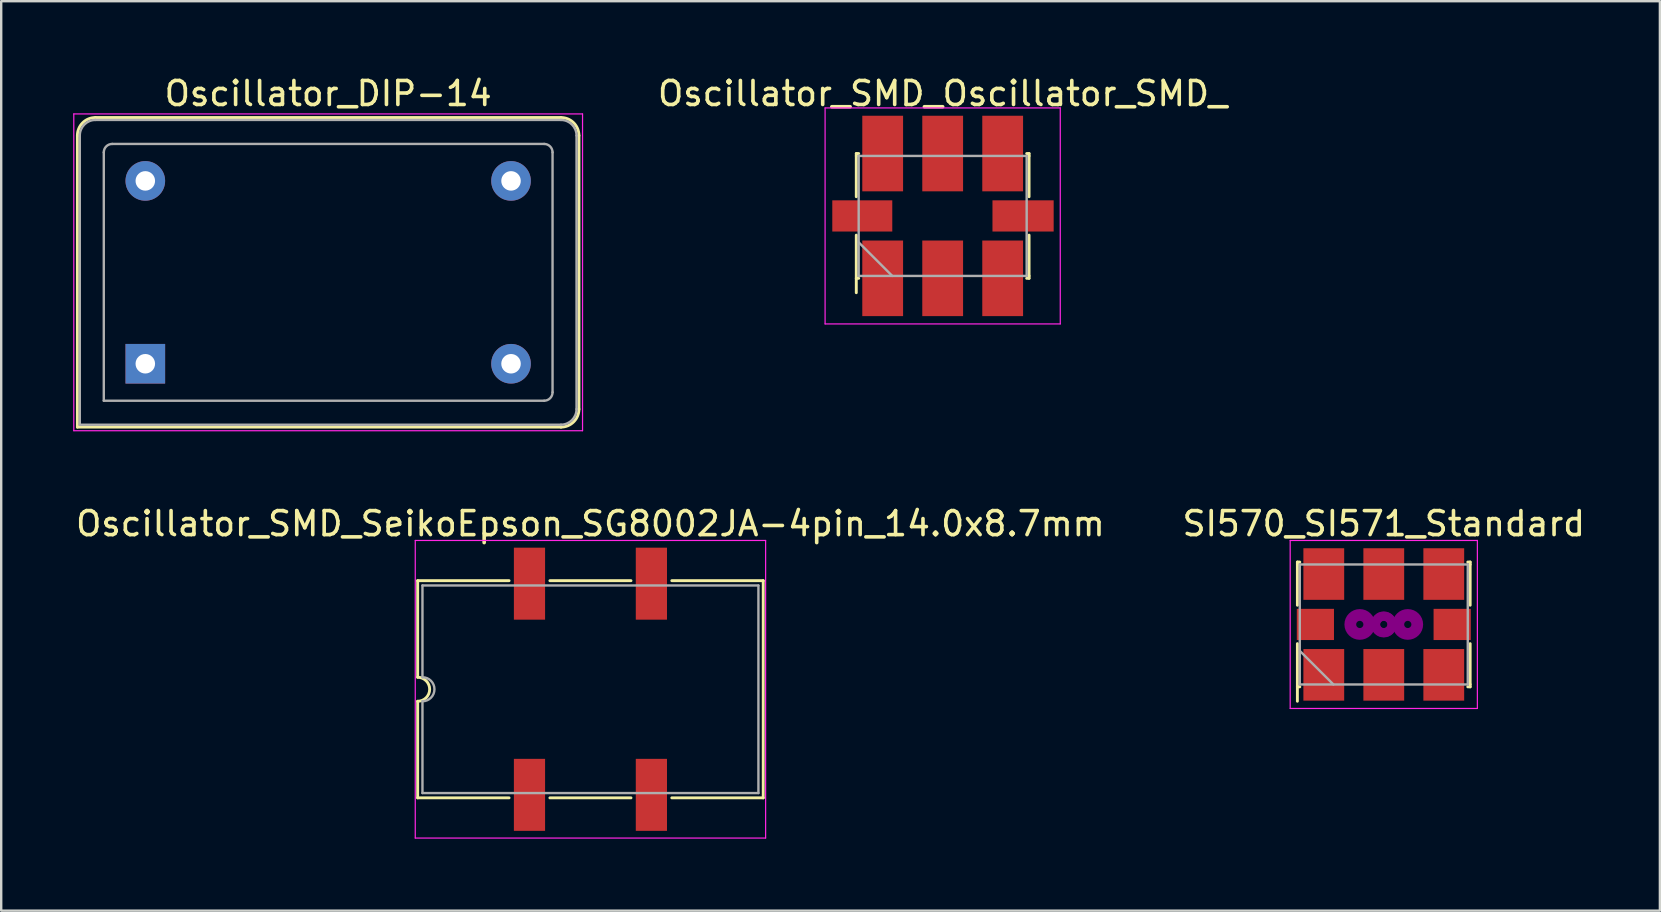
<source format=kicad_pcb>
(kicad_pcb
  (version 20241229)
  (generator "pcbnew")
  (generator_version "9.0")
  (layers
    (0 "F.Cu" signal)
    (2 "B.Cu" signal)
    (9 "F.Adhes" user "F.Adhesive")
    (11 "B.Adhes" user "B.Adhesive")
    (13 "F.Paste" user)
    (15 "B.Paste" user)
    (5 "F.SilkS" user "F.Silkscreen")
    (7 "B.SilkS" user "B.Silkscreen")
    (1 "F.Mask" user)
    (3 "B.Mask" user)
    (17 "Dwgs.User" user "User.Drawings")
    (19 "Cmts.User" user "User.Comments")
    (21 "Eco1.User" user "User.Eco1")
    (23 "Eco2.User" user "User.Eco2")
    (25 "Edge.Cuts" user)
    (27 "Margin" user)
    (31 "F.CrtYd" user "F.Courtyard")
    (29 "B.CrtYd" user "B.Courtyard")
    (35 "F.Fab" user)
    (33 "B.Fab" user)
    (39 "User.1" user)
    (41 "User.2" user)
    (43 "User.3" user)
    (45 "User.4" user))
  (footprint "SI570_SI571_Standard"
    (layer "F.Cu")
    (at 54.613 22.971)
    (property "Reference" "SI570_SI571_Standard" (at 0 -4.2 0) (layer "F.SilkS") (effects (font (size 1 1) (thickness 0.15))))
    (attr smd)
    (fp_line (start -3.6 -2.6) (end -3.5 -2.6) (stroke (width 0.12) (type solid)) (layer "F.SilkS"))
    (fp_line (start -3.6 -2.5) (end -3.6 -2.6) (stroke (width 0.12) (type solid)) (layer "F.SilkS"))
    (fp_line (start -3.6 -2.5) (end -3.6 -0.8) (stroke (width 0.12) (type solid)) (layer "F.SilkS"))
    (fp_line (start -3.6 0.8) (end -3.6 3.2) (stroke (width 0.12) (type solid)) (layer "F.SilkS"))
    (fp_line (start -3.6 2.6) (end -3.5 2.6) (stroke (width 0.12) (type solid)) (layer "F.SilkS"))
    (fp_line (start 3.6 -2.6) (end 3.5 -2.6) (stroke (width 0.12) (type solid)) (layer "F.SilkS"))
    (fp_line (start 3.6 -2.5) (end 3.6 -2.6) (stroke (width 0.12) (type solid)) (layer "F.SilkS"))
    (fp_line (start 3.6 -0.8) (end 3.6 -2.5) (stroke (width 0.12) (type solid)) (layer "F.SilkS"))
    (fp_line (start 3.6 2.5) (end 3.6 0.8) (stroke (width 0.12) (type solid)) (layer "F.SilkS"))
    (fp_line (start 3.6 2.5) (end 3.6 2.6) (stroke (width 0.12) (type solid)) (layer "F.SilkS"))
    (fp_line (start 3.6 2.6) (end 3.5 2.6) (stroke (width 0.12) (type solid)) (layer "F.SilkS"))
    (fp_circle (center -1 0) (end -0.85 0) (stroke (width 0.38) (type solid)) (fill no) (layer "F.Adhes"))
    (fp_circle (center -1 0) (end -0.55 0) (stroke (width 0.38) (type solid)) (fill no) (layer "F.Adhes"))
    (fp_circle (center 0 0) (end 0.15 0) (stroke (width 0.38) (type solid)) (fill no) (layer "F.Adhes"))
    (fp_circle (center 0 0) (end 0.35 0) (stroke (width 0.38) (type solid)) (fill no) (layer "F.Adhes"))
    (fp_circle (center 1 0) (end 0.55 0) (stroke (width 0.38) (type solid)) (fill no) (layer "F.Adhes"))
    (fp_circle (center 1 0) (end 0.85 0) (stroke (width 0.38) (type solid)) (fill no) (layer "F.Adhes"))
    (fp_line (start -3.9 -3.5) (end 3.9 -3.5) (stroke (width 0.05) (type solid)) (layer "F.CrtYd"))
    (fp_line (start -3.9 3.5) (end -3.9 -3.5) (stroke (width 0.05) (type solid)) (layer "F.CrtYd"))
    (fp_line (start 3.9 -3.5) (end 3.9 3.5) (stroke (width 0.05) (type solid)) (layer "F.CrtYd"))
    (fp_line (start 3.9 3.5) (end -3.9 3.5) (stroke (width 0.05) (type solid)) (layer "F.CrtYd"))
    (fp_line (start -3.5 -2.5) (end -3.5 2.5) (stroke (width 0.1) (type solid)) (layer "F.Fab"))
    (fp_line (start -3.5 1.1) (end -2.1 2.5) (stroke (width 0.1) (type solid)) (layer "F.Fab"))
    (fp_line (start -3.5 2.5) (end 3.5 2.5) (stroke (width 0.1) (type solid)) (layer "F.Fab"))
    (fp_line (start 3.5 -2.5) (end -3.5 -2.5) (stroke (width 0.1) (type solid)) (layer "F.Fab"))
    (fp_line (start 3.5 2.5) (end 3.5 -2.5) (stroke (width 0.1) (type solid)) (layer "F.Fab"))
    (pad "1" smd rect (at -2.5 2.1) (size 1.7 2.15) (layers "F.Cu" "F.Mask" "F.Paste"))
    (pad "2" smd rect (at 0 2.1) (size 1.7 2.15) (layers "F.Cu" "F.Mask" "F.Paste"))
    (pad "3" smd rect (at 2.5 2.1) (size 1.7 2.15) (layers "F.Cu" "F.Mask" "F.Paste"))
    (pad "4" smd rect (at 2.5 -2.1) (size 1.7 2.15) (layers "F.Cu" "F.Mask" "F.Paste"))
    (pad "5" smd rect (at 0 -2.1) (size 1.7 2.15) (layers "F.Cu" "F.Mask" "F.Paste"))
    (pad "6" smd rect (at -2.5 -2.1) (size 1.7 2.15) (layers "F.Cu" "F.Mask" "F.Paste"))
    (pad "7" smd rect (at -2.85 0) (size 1.55 1.3) (layers "F.Cu" "F.Mask" "F.Paste"))
    (pad "8" smd rect (at 2.85 0) (size 1.55 1.3) (layers "F.Cu" "F.Mask" "F.Paste")))
  (footprint "Oscillator_SMD_SeikoEpson_SG8002JA-4pin_14.0x8.7mm"
    (layer "F.Cu")
    (at 21.554 25.672)
    (property "Reference" "Oscillator_SMD_SeikoEpson_SG8002JA-4pin_14.0x8.7mm" (at 0 -6.9 0) (layer "F.SilkS") (effects (font (size 1 1) (thickness 0.15))))
    (attr smd)
    (fp_line (start -7.2 -4.525) (end -3.39 -4.525) (stroke (width 0.12) (type solid)) (layer "F.SilkS"))
    (fp_line (start -7.2 -0.5) (end -7.2 -4.525) (stroke (width 0.12) (type solid)) (layer "F.SilkS"))
    (fp_line (start -7.2 4.525) (end -7.2 0.5) (stroke (width 0.12) (type solid)) (layer "F.SilkS"))
    (fp_line (start -7.2 4.525) (end -3.39 4.525) (stroke (width 0.12) (type solid)) (layer "F.SilkS"))
    (fp_line (start -1.69 -4.525) (end 1.69 -4.525) (stroke (width 0.12) (type solid)) (layer "F.SilkS"))
    (fp_line (start 1.69 4.525) (end -1.69 4.525) (stroke (width 0.12) (type solid)) (layer "F.SilkS"))
    (fp_line (start 3.39 -4.525) (end 7.2 -4.525) (stroke (width 0.12) (type solid)) (layer "F.SilkS"))
    (fp_line (start 7.2 -4.525) (end 7.2 4.525) (stroke (width 0.12) (type solid)) (layer "F.SilkS"))
    (fp_line (start 7.2 4.525) (end 3.39 4.525) (stroke (width 0.12) (type solid)) (layer "F.SilkS"))
    (fp_arc (start -7.2 -0.5) (mid -6.7 0) (end -7.2 0.5) (stroke (width 0.12) (type solid)) (layer "F.SilkS"))
    (fp_line (start -7.3 -6.2) (end -7.3 6.2) (stroke (width 0.05) (type solid)) (layer "F.CrtYd"))
    (fp_line (start -7.3 6.2) (end 7.3 6.2) (stroke (width 0.05) (type solid)) (layer "F.CrtYd"))
    (fp_line (start 7.3 -6.2) (end -7.3 -6.2) (stroke (width 0.05) (type solid)) (layer "F.CrtYd"))
    (fp_line (start 7.3 6.2) (end 7.3 -6.2) (stroke (width 0.05) (type solid)) (layer "F.CrtYd"))
    (fp_line (start -7 -4.325) (end 7 -4.325) (stroke (width 0.1) (type solid)) (layer "F.Fab"))
    (fp_line (start -7 -0.5) (end -7 -4.325) (stroke (width 0.1) (type solid)) (layer "F.Fab"))
    (fp_line (start -7 4.325) (end -7 0.5) (stroke (width 0.1) (type solid)) (layer "F.Fab"))
    (fp_line (start 7 -4.325) (end 7 4.325) (stroke (width 0.1) (type solid)) (layer "F.Fab"))
    (fp_line (start 7 4.325) (end -7 4.325) (stroke (width 0.1) (type solid)) (layer "F.Fab"))
    (fp_arc (start -7 -0.5) (mid -6.5 0) (end -7 0.5) (stroke (width 0.1) (type solid)) (layer "F.Fab"))
    (pad "1" smd rect (at -2.54 4.4) (size 1.3 3) (layers "F.Cu" "F.Mask"))
    (pad "2" smd rect (at 2.54 4.4) (size 1.3 3) (layers "F.Cu" "F.Mask"))
    (pad "3" smd rect (at 2.54 -4.4) (size 1.3 3) (layers "F.Cu" "F.Mask"))
    (pad "4" smd rect (at -2.54 -4.4) (size 1.3 3) (layers "F.Cu" "F.Mask")))
  (footprint "Oscillator_DIP-14"
    (layer "F.Cu")
    (at 3.005 12.108)
    (property "Reference" "Oscillator_DIP-14" (at 7.62 -11.26 0) (layer "F.SilkS") (effects (font (size 1 1) (thickness 0.15))))
    (attr through_hole)
    (fp_line (start -2.83 -9.51) (end -2.83 2.64) (stroke (width 0.12) (type solid)) (layer "F.SilkS"))
    (fp_line (start -2.83 2.64) (end 17.32 2.64) (stroke (width 0.12) (type solid)) (layer "F.SilkS"))
    (fp_line (start 17.32 -10.26) (end -2.08 -10.26) (stroke (width 0.12) (type solid)) (layer "F.SilkS"))
    (fp_line (start 18.07 1.89) (end 18.07 -9.51) (stroke (width 0.12) (type solid)) (layer "F.SilkS"))
    (fp_arc (start -2.83 -9.51) (mid -2.61033 -10.04033) (end -2.08 -10.26) (stroke (width 0.12) (type solid)) (layer "F.SilkS"))
    (fp_arc (start 17.32 -10.26) (mid 17.85033 -10.04033) (end 18.07 -9.51) (stroke (width 0.12) (type solid)) (layer "F.SilkS"))
    (fp_arc (start 18.07 1.89) (mid 17.85033 2.42033) (end 17.32 2.64) (stroke (width 0.12) (type solid)) (layer "F.SilkS"))
    (fp_line (start -2.98 -10.41) (end -2.98 2.79) (stroke (width 0.05) (type solid)) (layer "F.CrtYd"))
    (fp_line (start -2.98 2.79) (end 18.22 2.79) (stroke (width 0.05) (type solid)) (layer "F.CrtYd"))
    (fp_line (start 18.22 -10.41) (end -2.98 -10.41) (stroke (width 0.05) (type solid)) (layer "F.CrtYd"))
    (fp_line (start 18.22 2.79) (end 18.22 -10.41) (stroke (width 0.05) (type solid)) (layer "F.CrtYd"))
    (fp_line (start -2.73 2.54) (end -2.73 -9.51) (stroke (width 0.1) (type solid)) (layer "F.Fab"))
    (fp_line (start -2.73 2.54) (end 17.32 2.54) (stroke (width 0.1) (type solid)) (layer "F.Fab"))
    (fp_line (start -2.08 -10.16) (end 17.32 -10.16) (stroke (width 0.1) (type solid)) (layer "F.Fab"))
    (fp_line (start -1.73 1.54) (end -1.73 -8.81) (stroke (width 0.1) (type solid)) (layer "F.Fab"))
    (fp_line (start -1.73 1.54) (end 16.62 1.54) (stroke (width 0.1) (type solid)) (layer "F.Fab"))
    (fp_line (start -1.38 -9.16) (end 16.62 -9.16) (stroke (width 0.1) (type solid)) (layer "F.Fab"))
    (fp_line (start 16.97 1.19) (end 16.97 -8.81) (stroke (width 0.1) (type solid)) (layer "F.Fab"))
    (fp_line (start 17.97 -9.51) (end 17.97 1.89) (stroke (width 0.1) (type solid)) (layer "F.Fab"))
    (fp_arc (start -2.73 -9.51) (mid -2.539619 -9.969619) (end -2.08 -10.16) (stroke (width 0.1) (type solid)) (layer "F.Fab"))
    (fp_arc (start -1.73 -8.81) (mid -1.627487 -9.057487) (end -1.38 -9.16) (stroke (width 0.1) (type solid)) (layer "F.Fab"))
    (fp_arc (start 16.62 -9.16) (mid 16.867487 -9.057487) (end 16.97 -8.81) (stroke (width 0.1) (type solid)) (layer "F.Fab"))
    (fp_arc (start 16.97 1.19) (mid 16.867487 1.437487) (end 16.62 1.54) (stroke (width 0.1) (type solid)) (layer "F.Fab"))
    (fp_arc (start 17.32 -10.16) (mid 17.779619 -9.969619) (end 17.97 -9.51) (stroke (width 0.1) (type solid)) (layer "F.Fab"))
    (fp_arc (start 17.97 1.89) (mid 17.779619 2.349619) (end 17.32 2.54) (stroke (width 0.1) (type solid)) (layer "F.Fab"))
    (pad "1" thru_hole rect (at 0 0) (size 1.651 1.651) (drill 0.813) (layers "*.Cu" "*.Mask"))
    (pad "7" thru_hole circle (at 15.24 0) (size 1.651 1.651) (drill 0.813) (layers "*.Cu" "*.Mask"))
    (pad "8" thru_hole circle (at 15.24 -7.62) (size 1.651 1.651) (drill 0.813) (layers "*.Cu" "*.Mask"))
    (pad "14" thru_hole circle (at 0 -7.62) (size 1.651 1.651) (drill 0.813) (layers "*.Cu" "*.Mask")))
  (footprint "Oscillator_SMD_Oscillator_SMD_"
    (layer "F.Cu")
    (at 36.232 5.948)
    (property "Reference" "Oscillator_SMD_Oscillator_SMD_" (at 0 -5.1 0) (layer "F.SilkS") (effects (font (size 1 1) (thickness 0.15))))
    (attr smd)
    (fp_line (start -3.6 -2.6) (end -3.5 -2.6) (stroke (width 0.12) (type solid)) (layer "F.SilkS"))
    (fp_line (start -3.6 -2.5) (end -3.6 -2.6) (stroke (width 0.12) (type solid)) (layer "F.SilkS"))
    (fp_line (start -3.6 -2.5) (end -3.6 -0.8) (stroke (width 0.12) (type solid)) (layer "F.SilkS"))
    (fp_line (start -3.6 0.8) (end -3.6 3.2) (stroke (width 0.12) (type solid)) (layer "F.SilkS"))
    (fp_line (start -3.6 2.6) (end -3.5 2.6) (stroke (width 0.12) (type solid)) (layer "F.SilkS"))
    (fp_line (start 3.6 -2.6) (end 3.5 -2.6) (stroke (width 0.12) (type solid)) (layer "F.SilkS"))
    (fp_line (start 3.6 -2.5) (end 3.6 -2.6) (stroke (width 0.12) (type solid)) (layer "F.SilkS"))
    (fp_line (start 3.6 -0.8) (end 3.6 -2.5) (stroke (width 0.12) (type solid)) (layer "F.SilkS"))
    (fp_line (start 3.6 2.5) (end 3.6 0.8) (stroke (width 0.12) (type solid)) (layer "F.SilkS"))
    (fp_line (start 3.6 2.5) (end 3.6 2.6) (stroke (width 0.12) (type solid)) (layer "F.SilkS"))
    (fp_line (start 3.6 2.6) (end 3.5 2.6) (stroke (width 0.12) (type solid)) (layer "F.SilkS"))
    (fp_line (start -4.9 -4.5) (end 4.9 -4.5) (stroke (width 0.05) (type solid)) (layer "F.CrtYd"))
    (fp_line (start -4.9 4.5) (end -4.9 -4.5) (stroke (width 0.05) (type solid)) (layer "F.CrtYd"))
    (fp_line (start 4.9 -4.5) (end 4.9 4.5) (stroke (width 0.05) (type solid)) (layer "F.CrtYd"))
    (fp_line (start 4.9 4.5) (end -4.9 4.5) (stroke (width 0.05) (type solid)) (layer "F.CrtYd"))
    (fp_line (start -3.5 -2.5) (end -3.5 2.5) (stroke (width 0.1) (type solid)) (layer "F.Fab"))
    (fp_line (start -3.5 1.1) (end -2.1 2.5) (stroke (width 0.1) (type solid)) (layer "F.Fab"))
    (fp_line (start -3.5 2.5) (end 3.5 2.5) (stroke (width 0.1) (type solid)) (layer "F.Fab"))
    (fp_line (start 3.5 -2.5) (end -3.5 -2.5) (stroke (width 0.1) (type solid)) (layer "F.Fab"))
    (fp_line (start 3.5 2.5) (end 3.5 -2.5) (stroke (width 0.1) (type solid)) (layer "F.Fab"))
    (pad "1" smd rect (at -2.5 2.6) (size 1.7 3.15) (layers "F.Cu" "F.Mask" "F.Paste"))
    (pad "2" smd rect (at 0 2.6) (size 1.7 3.15) (layers "F.Cu" "F.Mask" "F.Paste"))
    (pad "3" smd rect (at 2.5 2.6) (size 1.7 3.15) (layers "F.Cu" "F.Mask" "F.Paste"))
    (pad "4" smd rect (at 2.5 -2.6) (size 1.7 3.15) (layers "F.Cu" "F.Mask" "F.Paste"))
    (pad "5" smd rect (at 0 -2.6) (size 1.7 3.15) (layers "F.Cu" "F.Mask" "F.Paste"))
    (pad "6" smd rect (at -2.5 -2.6) (size 1.7 3.15) (layers "F.Cu" "F.Mask" "F.Paste"))
    (pad "7" smd rect (at -3.35 0) (size 2.5 1.3) (layers "F.Cu" "F.Mask" "F.Paste"))
    (pad "8" smd rect (at 3.35 0) (size 2.55 1.3) (layers "F.Cu" "F.Mask" "F.Paste")))
  (gr_rect
    (start -3 -3)
    (end 66.119 34.897)
    (stroke (width 0.1) (type default))
    (fill no)
    (layer "Edge.Cuts")))
</source>
